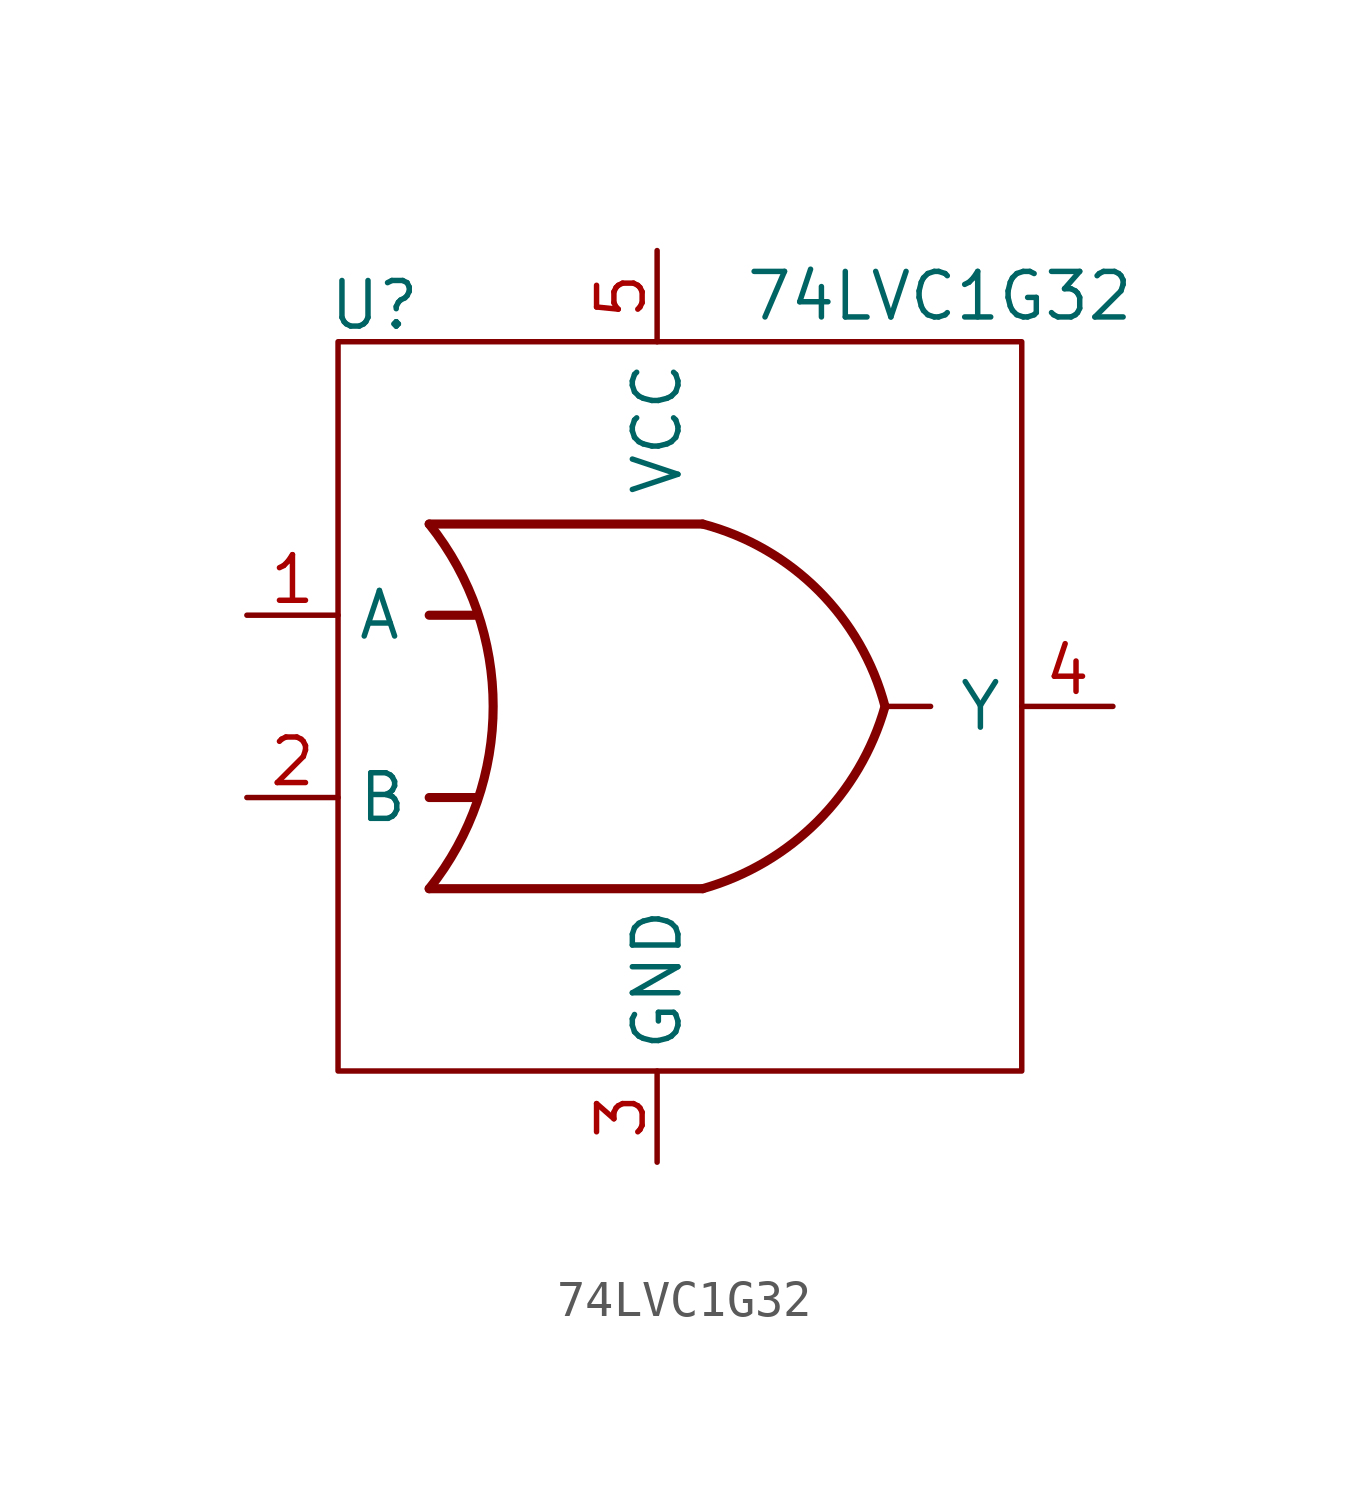
<source format=kicad_sym>
(kicad_symbol_lib
  (version 20241209)
  (generator "kicad_symbol_editor")
  (generator_version "9.0")
  (symbol "74LVC1G32"
    (property "Reference" "U"
      (at 1.016 1.016 0)
      (effects (font (size 1.27 1.27))))
    (property "Value" "74LVC1G32"
      (at 16.764 1.27 0)
      (effects (font (size 1.27 1.27))))
    (symbol "74LVC1G32_0_0"
      (pin input line (at -2.54 -7.62 0) (length 2.54) (name "A" (effects (font (size 1.27 1.27)))) (number "1" (effects (font (size 1.27 1.27)))))
      (pin input line (at -2.54 -12.7 0) (length 2.54) (name "B" (effects (font (size 1.27 1.27)))) (number "2" (effects (font (size 1.27 1.27)))))
      (pin power_in line (at 8.89 2.54 270) (length 2.54) (name "VCC" (effects (font (size 1.27 1.27)))) (number "5" (effects (font (size 1.27 1.27)))))
      (pin power_in line (at 8.89 -22.86 90) (length 2.54) (name "GND" (effects (font (size 1.27 1.27)))) (number "3" (effects (font (size 1.27 1.27)))))
      (pin output line (at 21.59 -10.16 180) (length 2.54) (name "Y" (effects (font (size 1.27 1.27)))) (number "4" (effects (font (size 1.27 1.27))))))
    (symbol "74LVC1G32_0_1"
      (arc (start 2.54 -5.08) (mid 4.322 -10.16) (end 2.54 -15.24) (stroke (width 0.254) (type default)) (fill (type none)))
      (rectangle (start 0 0) (end 19.05 -20.32) (stroke (width 0) (type default)) (fill (type none)))
      (polyline (pts (xy 2.54 -7.62) (xy 3.81 -7.62)) (stroke (width 0.254) (type default)) (fill (type background)))
      (polyline (pts (xy 2.54 -12.7) (xy 3.81 -12.7)) (stroke (width 0.254) (type default)) (fill (type background)))
      (arc (start 15.24 -10.16) (mid 13.362 -13.362) (end 10.16 -15.24) (stroke (width 0.254) (type default)) (fill (type none)))
      (arc (start 10.16 -5.08) (mid 13.3871 -6.9329) (end 15.24 -10.16) (stroke (width 0.254) (type default)) (fill (type none)))
      (polyline (pts (xy 10.16 -5.08) (xy 2.54 -5.08)) (stroke (width 0.254) (type default)) (fill (type background)))
      (polyline (pts (xy 10.16 -15.24) (xy 2.54 -15.24)) (stroke (width 0.254) (type default)) (fill (type background)))
      (polyline (pts (xy 15.24 -10.16) (xy 16.51 -10.16)) (stroke (width 0) (type default)) (fill (type none))))))
</source>
